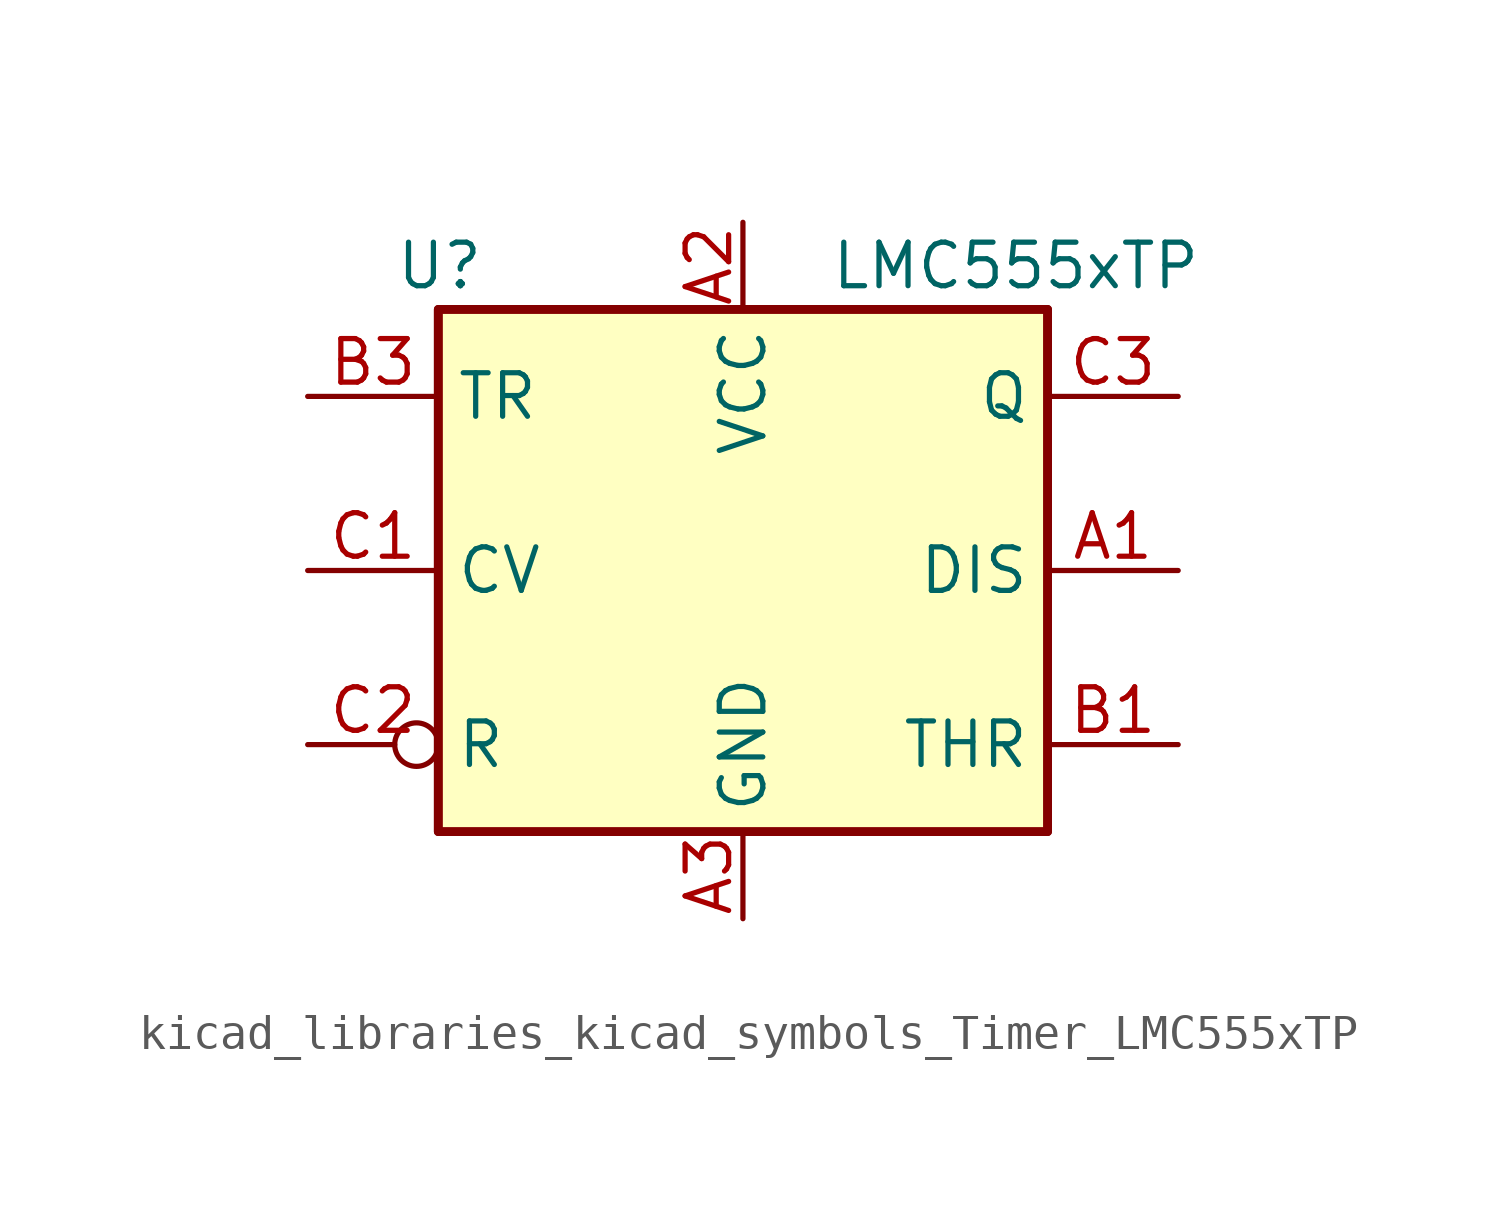
<source format=kicad_sym>
(kicad_symbol_lib
  (version 20220914)
  (generator kicad_symbol_editor)
  (symbol "kicad_libraries_kicad_symbols_Timer_LMC555xTP"
    (property "Reference" "U"
      (at -10.16 8.89 0)
      (effects (font (size 1.27 1.27)) (justify left)))
    (property "Value" "LMC555xTP"
      (at 2.54 8.89 0)
      (effects (font (size 1.27 1.27)) (justify left)))
    (symbol "kicad_libraries_kicad_symbols_Timer_LMC555xTP_0_0"
      (pin power_in line (at 0 10.16 270) (length 2.54) (name "VCC" (effects (font (size 1.27 1.27)))) (number "A2" (effects (font (size 1.27 1.27)))))
      (pin power_in line (at 0 -10.16 90) (length 2.54) (name "GND" (effects (font (size 1.27 1.27)))) (number "A3" (effects (font (size 1.27 1.27))))))
    (symbol "kicad_libraries_kicad_symbols_Timer_LMC555xTP_0_1"
      (rectangle (start -8.89 -7.62) (end 8.89 7.62) (stroke (width 0.254) (type default)) (fill (type background)))
      (rectangle (start -8.89 -7.62) (end 8.89 7.62) (stroke (width 0.254) (type default)) (fill (type background))))
    (symbol "kicad_libraries_kicad_symbols_Timer_LMC555xTP_1_1"
      (pin input line (at 12.7 0 180) (length 3.81) (name "DIS" (effects (font (size 1.27 1.27)))) (number "A1" (effects (font (size 1.27 1.27)))))
      (pin input line (at 12.7 -5.08 180) (length 3.81) (name "THR" (effects (font (size 1.27 1.27)))) (number "B1" (effects (font (size 1.27 1.27)))))
      (pin input line (at -12.7 5.08 0) (length 3.81) (name "TR" (effects (font (size 1.27 1.27)))) (number "B3" (effects (font (size 1.27 1.27)))))
      (pin input line (at -12.7 0 0) (length 3.81) (name "CV" (effects (font (size 1.27 1.27)))) (number "C1" (effects (font (size 1.27 1.27)))))
      (pin input inverted (at -12.7 -5.08 0) (length 3.81) (name "R" (effects (font (size 1.27 1.27)))) (number "C2" (effects (font (size 1.27 1.27)))))
      (pin output line (at 12.7 5.08 180) (length 3.81) (name "Q" (effects (font (size 1.27 1.27)))) (number "C3" (effects (font (size 1.27 1.27))))))))
</source>
